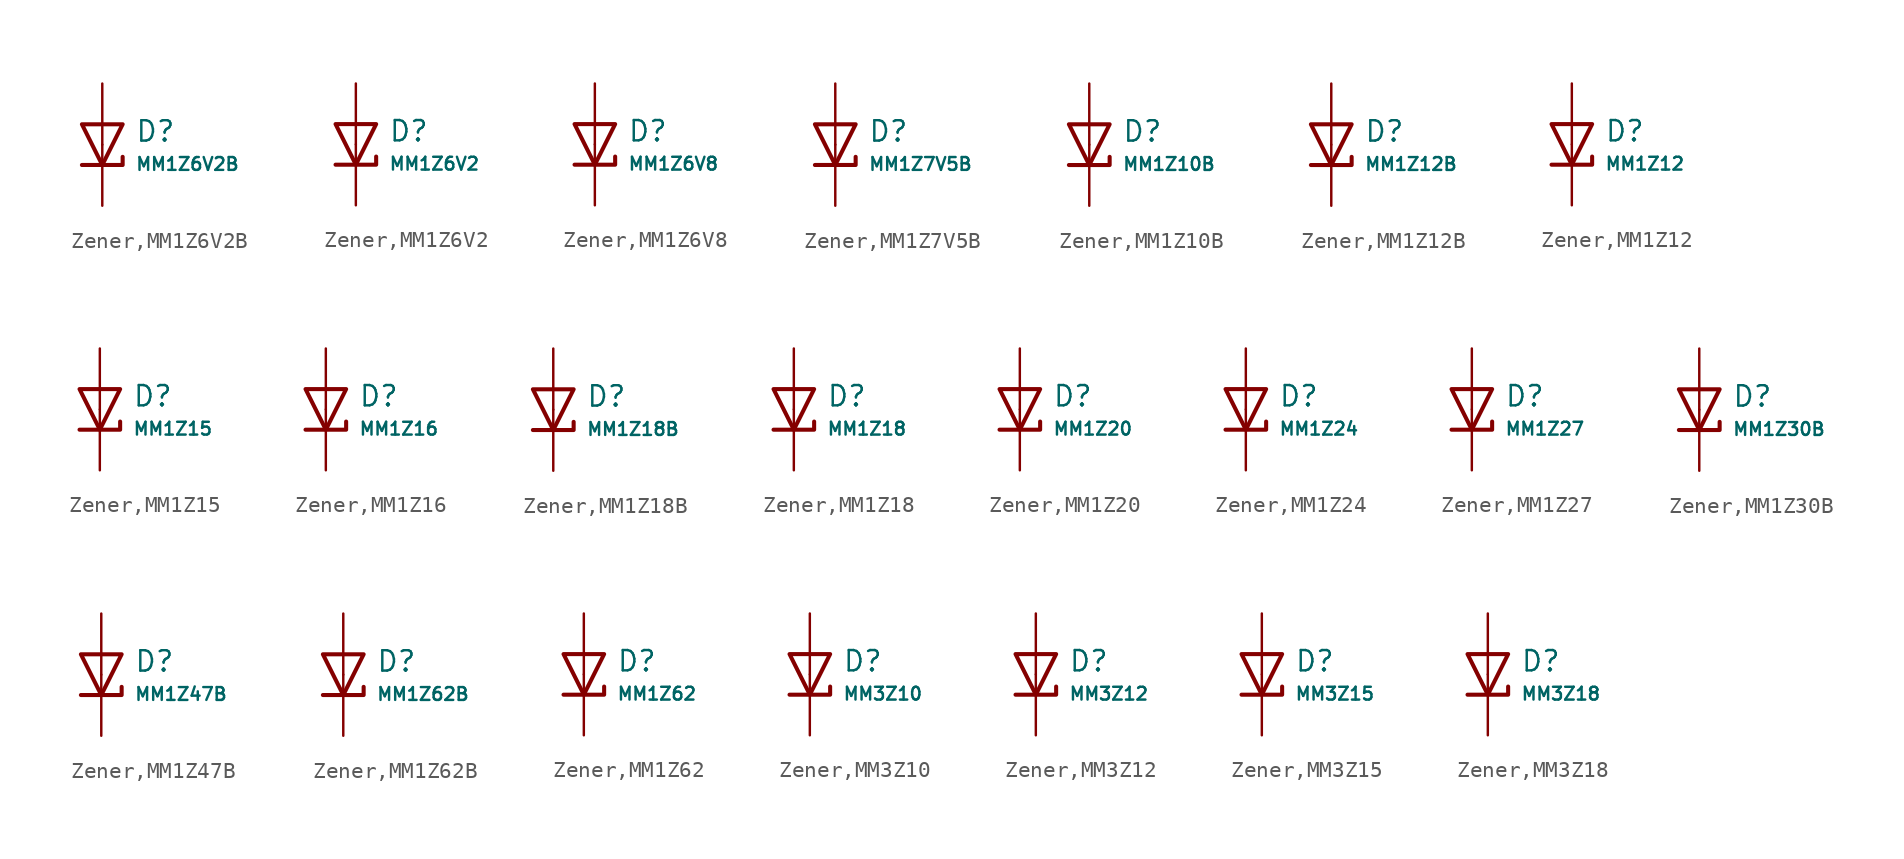
<source format=kicad_sym>
(kicad_symbol_lib
  (version 20231120)
  (generator "CDFER")
  (generator_version "8.0")
  (symbol "Zener,MM1Z6V2B"
    (pin_numbers hide)
    (pin_names
      (offset 0))
    (property "Reference" "D"
      (at 2.032 0.834 0)
      (effects (font (size 1.27 1.27)) (justify left)))
    (property "Value" "MM1Z6V2B"
      (at 2.032 -1.212 0)
      (effects (font (size 0.8 0.8)) (justify left)))
    (symbol "Zener,MM1Z6V2B_0_1"
      (polyline (pts (xy -1.27 1.27) (xy 0.00 -1.27) (xy 1.27 1.27) (xy -1.27 1.27)) (stroke (width 0.254) (type default)) (fill (type none))))
    (symbol "Zener,MM1Z6V2B_0_1"
      (polyline (pts (xy -1.27 -1.27) (xy 1.27 -1.27) (xy 1.27 -0.762)) (stroke (width 0.254) (type default)) (fill (type none))))
    (symbol "Zener,MM1Z6V2B_1_1"
      (pin passive line (at 0 3.81 270) (length 3.81) (name "~" (effects (font (size 1.27 1.27)))) (number "2" (effects (font (size 1.27 1.27)))))
      (pin passive line (at 0 -3.81 90) (length 3.81) (name "~" (effects (font (size 1.27 1.27)))) (number "1" (effects (font (size 1.27 1.27)))))))
  (symbol "Zener,MM1Z6V2"
    (pin_numbers hide)
    (pin_names
      (offset 0))
    (property "Reference" "D"
      (at 2.032 0.834 0)
      (effects (font (size 1.27 1.27)) (justify left)))
    (property "Value" "MM1Z6V2"
      (at 2.032 -1.212 0)
      (effects (font (size 0.8 0.8)) (justify left)))
    (symbol "Zener,MM1Z6V2_0_1"
      (polyline (pts (xy -1.27 1.27) (xy 0.00 -1.27) (xy 1.27 1.27) (xy -1.27 1.27)) (stroke (width 0.254) (type default)) (fill (type none))))
    (symbol "Zener,MM1Z6V2_0_1"
      (polyline (pts (xy -1.27 -1.27) (xy 1.27 -1.27) (xy 1.27 -0.762)) (stroke (width 0.254) (type default)) (fill (type none))))
    (symbol "Zener,MM1Z6V2_1_1"
      (pin passive line (at 0 3.81 270) (length 3.81) (name "~" (effects (font (size 1.27 1.27)))) (number "2" (effects (font (size 1.27 1.27)))))
      (pin passive line (at 0 -3.81 90) (length 3.81) (name "~" (effects (font (size 1.27 1.27)))) (number "1" (effects (font (size 1.27 1.27)))))))
  (symbol "Zener,MM1Z6V8"
    (pin_numbers hide)
    (pin_names
      (offset 0))
    (property "Reference" "D"
      (at 2.032 0.834 0)
      (effects (font (size 1.27 1.27)) (justify left)))
    (property "Value" "MM1Z6V8"
      (at 2.032 -1.212 0)
      (effects (font (size 0.8 0.8)) (justify left)))
    (symbol "Zener,MM1Z6V8_0_1"
      (polyline (pts (xy -1.27 1.27) (xy 0.00 -1.27) (xy 1.27 1.27) (xy -1.27 1.27)) (stroke (width 0.254) (type default)) (fill (type none))))
    (symbol "Zener,MM1Z6V8_0_1"
      (polyline (pts (xy -1.27 -1.27) (xy 1.27 -1.27) (xy 1.27 -0.762)) (stroke (width 0.254) (type default)) (fill (type none))))
    (symbol "Zener,MM1Z6V8_1_1"
      (pin passive line (at 0 3.81 270) (length 3.81) (name "~" (effects (font (size 1.27 1.27)))) (number "2" (effects (font (size 1.27 1.27)))))
      (pin passive line (at 0 -3.81 90) (length 3.81) (name "~" (effects (font (size 1.27 1.27)))) (number "1" (effects (font (size 1.27 1.27)))))))
  (symbol "Zener,MM1Z7V5B"
    (pin_numbers hide)
    (pin_names
      (offset 0))
    (property "Reference" "D"
      (at 2.032 0.834 0)
      (effects (font (size 1.27 1.27)) (justify left)))
    (property "Value" "MM1Z7V5B"
      (at 2.032 -1.212 0)
      (effects (font (size 0.8 0.8)) (justify left)))
    (symbol "Zener,MM1Z7V5B_0_1"
      (polyline (pts (xy -1.27 1.27) (xy 0.00 -1.27) (xy 1.27 1.27) (xy -1.27 1.27)) (stroke (width 0.254) (type default)) (fill (type none))))
    (symbol "Zener,MM1Z7V5B_0_1"
      (polyline (pts (xy -1.27 -1.27) (xy 1.27 -1.27) (xy 1.27 -0.762)) (stroke (width 0.254) (type default)) (fill (type none))))
    (symbol "Zener,MM1Z7V5B_1_1"
      (pin passive line (at 0 3.81 270) (length 3.81) (name "~" (effects (font (size 1.27 1.27)))) (number "2" (effects (font (size 1.27 1.27)))))
      (pin passive line (at 0 -3.81 90) (length 3.81) (name "~" (effects (font (size 1.27 1.27)))) (number "1" (effects (font (size 1.27 1.27)))))))
  (symbol "Zener,MM1Z10B"
    (pin_numbers hide)
    (pin_names
      (offset 0))
    (property "Reference" "D"
      (at 2.032 0.834 0)
      (effects (font (size 1.27 1.27)) (justify left)))
    (property "Value" "MM1Z10B"
      (at 2.032 -1.212 0)
      (effects (font (size 0.8 0.8)) (justify left)))
    (symbol "Zener,MM1Z10B_0_1"
      (polyline (pts (xy -1.27 1.27) (xy 0.00 -1.27) (xy 1.27 1.27) (xy -1.27 1.27)) (stroke (width 0.254) (type default)) (fill (type none))))
    (symbol "Zener,MM1Z10B_0_1"
      (polyline (pts (xy -1.27 -1.27) (xy 1.27 -1.27) (xy 1.27 -0.762)) (stroke (width 0.254) (type default)) (fill (type none))))
    (symbol "Zener,MM1Z10B_1_1"
      (pin passive line (at 0 3.81 270) (length 3.81) (name "~" (effects (font (size 1.27 1.27)))) (number "2" (effects (font (size 1.27 1.27)))))
      (pin passive line (at 0 -3.81 90) (length 3.81) (name "~" (effects (font (size 1.27 1.27)))) (number "1" (effects (font (size 1.27 1.27)))))))
  (symbol "Zener,MM1Z12B"
    (pin_numbers hide)
    (pin_names
      (offset 0))
    (property "Reference" "D"
      (at 2.032 0.834 0)
      (effects (font (size 1.27 1.27)) (justify left)))
    (property "Value" "MM1Z12B"
      (at 2.032 -1.212 0)
      (effects (font (size 0.8 0.8)) (justify left)))
    (symbol "Zener,MM1Z12B_0_1"
      (polyline (pts (xy -1.27 1.27) (xy 0.00 -1.27) (xy 1.27 1.27) (xy -1.27 1.27)) (stroke (width 0.254) (type default)) (fill (type none))))
    (symbol "Zener,MM1Z12B_0_1"
      (polyline (pts (xy -1.27 -1.27) (xy 1.27 -1.27) (xy 1.27 -0.762)) (stroke (width 0.254) (type default)) (fill (type none))))
    (symbol "Zener,MM1Z12B_1_1"
      (pin passive line (at 0 3.81 270) (length 3.81) (name "~" (effects (font (size 1.27 1.27)))) (number "2" (effects (font (size 1.27 1.27)))))
      (pin passive line (at 0 -3.81 90) (length 3.81) (name "~" (effects (font (size 1.27 1.27)))) (number "1" (effects (font (size 1.27 1.27)))))))
  (symbol "Zener,MM1Z12"
    (pin_numbers hide)
    (pin_names
      (offset 0))
    (property "Reference" "D"
      (at 2.032 0.834 0)
      (effects (font (size 1.27 1.27)) (justify left)))
    (property "Value" "MM1Z12"
      (at 2.032 -1.212 0)
      (effects (font (size 0.8 0.8)) (justify left)))
    (symbol "Zener,MM1Z12_0_1"
      (polyline (pts (xy -1.27 1.27) (xy 0.00 -1.27) (xy 1.27 1.27) (xy -1.27 1.27)) (stroke (width 0.254) (type default)) (fill (type none))))
    (symbol "Zener,MM1Z12_0_1"
      (polyline (pts (xy -1.27 -1.27) (xy 1.27 -1.27) (xy 1.27 -0.762)) (stroke (width 0.254) (type default)) (fill (type none))))
    (symbol "Zener,MM1Z12_1_1"
      (pin passive line (at 0 3.81 270) (length 3.81) (name "~" (effects (font (size 1.27 1.27)))) (number "2" (effects (font (size 1.27 1.27)))))
      (pin passive line (at 0 -3.81 90) (length 3.81) (name "~" (effects (font (size 1.27 1.27)))) (number "1" (effects (font (size 1.27 1.27)))))))
  (symbol "Zener,MM1Z15"
    (pin_numbers hide)
    (pin_names
      (offset 0))
    (property "Reference" "D"
      (at 2.032 0.834 0)
      (effects (font (size 1.27 1.27)) (justify left)))
    (property "Value" "MM1Z15"
      (at 2.032 -1.212 0)
      (effects (font (size 0.8 0.8)) (justify left)))
    (symbol "Zener,MM1Z15_0_1"
      (polyline (pts (xy -1.27 1.27) (xy 0.00 -1.27) (xy 1.27 1.27) (xy -1.27 1.27)) (stroke (width 0.254) (type default)) (fill (type none))))
    (symbol "Zener,MM1Z15_0_1"
      (polyline (pts (xy -1.27 -1.27) (xy 1.27 -1.27) (xy 1.27 -0.762)) (stroke (width 0.254) (type default)) (fill (type none))))
    (symbol "Zener,MM1Z15_1_1"
      (pin passive line (at 0 3.81 270) (length 3.81) (name "~" (effects (font (size 1.27 1.27)))) (number "2" (effects (font (size 1.27 1.27)))))
      (pin passive line (at 0 -3.81 90) (length 3.81) (name "~" (effects (font (size 1.27 1.27)))) (number "1" (effects (font (size 1.27 1.27)))))))
  (symbol "Zener,MM1Z16"
    (pin_numbers hide)
    (pin_names
      (offset 0))
    (property "Reference" "D"
      (at 2.032 0.834 0)
      (effects (font (size 1.27 1.27)) (justify left)))
    (property "Value" "MM1Z16"
      (at 2.032 -1.212 0)
      (effects (font (size 0.8 0.8)) (justify left)))
    (symbol "Zener,MM1Z16_0_1"
      (polyline (pts (xy -1.27 1.27) (xy 0.00 -1.27) (xy 1.27 1.27) (xy -1.27 1.27)) (stroke (width 0.254) (type default)) (fill (type none))))
    (symbol "Zener,MM1Z16_0_1"
      (polyline (pts (xy -1.27 -1.27) (xy 1.27 -1.27) (xy 1.27 -0.762)) (stroke (width 0.254) (type default)) (fill (type none))))
    (symbol "Zener,MM1Z16_1_1"
      (pin passive line (at 0 3.81 270) (length 3.81) (name "~" (effects (font (size 1.27 1.27)))) (number "2" (effects (font (size 1.27 1.27)))))
      (pin passive line (at 0 -3.81 90) (length 3.81) (name "~" (effects (font (size 1.27 1.27)))) (number "1" (effects (font (size 1.27 1.27)))))))
  (symbol "Zener,MM1Z18B"
    (pin_numbers hide)
    (pin_names
      (offset 0))
    (property "Reference" "D"
      (at 2.032 0.834 0)
      (effects (font (size 1.27 1.27)) (justify left)))
    (property "Value" "MM1Z18B"
      (at 2.032 -1.212 0)
      (effects (font (size 0.8 0.8)) (justify left)))
    (symbol "Zener,MM1Z18B_0_1"
      (polyline (pts (xy -1.27 1.27) (xy 0.00 -1.27) (xy 1.27 1.27) (xy -1.27 1.27)) (stroke (width 0.254) (type default)) (fill (type none))))
    (symbol "Zener,MM1Z18B_0_1"
      (polyline (pts (xy -1.27 -1.27) (xy 1.27 -1.27) (xy 1.27 -0.762)) (stroke (width 0.254) (type default)) (fill (type none))))
    (symbol "Zener,MM1Z18B_1_1"
      (pin passive line (at 0 3.81 270) (length 3.81) (name "~" (effects (font (size 1.27 1.27)))) (number "2" (effects (font (size 1.27 1.27)))))
      (pin passive line (at 0 -3.81 90) (length 3.81) (name "~" (effects (font (size 1.27 1.27)))) (number "1" (effects (font (size 1.27 1.27)))))))
  (symbol "Zener,MM1Z18"
    (pin_numbers hide)
    (pin_names
      (offset 0))
    (property "Reference" "D"
      (at 2.032 0.834 0)
      (effects (font (size 1.27 1.27)) (justify left)))
    (property "Value" "MM1Z18"
      (at 2.032 -1.212 0)
      (effects (font (size 0.8 0.8)) (justify left)))
    (symbol "Zener,MM1Z18_0_1"
      (polyline (pts (xy -1.27 1.27) (xy 0.00 -1.27) (xy 1.27 1.27) (xy -1.27 1.27)) (stroke (width 0.254) (type default)) (fill (type none))))
    (symbol "Zener,MM1Z18_0_1"
      (polyline (pts (xy -1.27 -1.27) (xy 1.27 -1.27) (xy 1.27 -0.762)) (stroke (width 0.254) (type default)) (fill (type none))))
    (symbol "Zener,MM1Z18_1_1"
      (pin passive line (at 0 3.81 270) (length 3.81) (name "~" (effects (font (size 1.27 1.27)))) (number "2" (effects (font (size 1.27 1.27)))))
      (pin passive line (at 0 -3.81 90) (length 3.81) (name "~" (effects (font (size 1.27 1.27)))) (number "1" (effects (font (size 1.27 1.27)))))))
  (symbol "Zener,MM1Z20"
    (pin_numbers hide)
    (pin_names
      (offset 0))
    (property "Reference" "D"
      (at 2.032 0.834 0)
      (effects (font (size 1.27 1.27)) (justify left)))
    (property "Value" "MM1Z20"
      (at 2.032 -1.212 0)
      (effects (font (size 0.8 0.8)) (justify left)))
    (symbol "Zener,MM1Z20_0_1"
      (polyline (pts (xy -1.27 1.27) (xy 0.00 -1.27) (xy 1.27 1.27) (xy -1.27 1.27)) (stroke (width 0.254) (type default)) (fill (type none))))
    (symbol "Zener,MM1Z20_0_1"
      (polyline (pts (xy -1.27 -1.27) (xy 1.27 -1.27) (xy 1.27 -0.762)) (stroke (width 0.254) (type default)) (fill (type none))))
    (symbol "Zener,MM1Z20_1_1"
      (pin passive line (at 0 3.81 270) (length 3.81) (name "~" (effects (font (size 1.27 1.27)))) (number "2" (effects (font (size 1.27 1.27)))))
      (pin passive line (at 0 -3.81 90) (length 3.81) (name "~" (effects (font (size 1.27 1.27)))) (number "1" (effects (font (size 1.27 1.27)))))))
  (symbol "Zener,MM1Z24"
    (pin_numbers hide)
    (pin_names
      (offset 0))
    (property "Reference" "D"
      (at 2.032 0.834 0)
      (effects (font (size 1.27 1.27)) (justify left)))
    (property "Value" "MM1Z24"
      (at 2.032 -1.212 0)
      (effects (font (size 0.8 0.8)) (justify left)))
    (symbol "Zener,MM1Z24_0_1"
      (polyline (pts (xy -1.27 1.27) (xy 0.00 -1.27) (xy 1.27 1.27) (xy -1.27 1.27)) (stroke (width 0.254) (type default)) (fill (type none))))
    (symbol "Zener,MM1Z24_0_1"
      (polyline (pts (xy -1.27 -1.27) (xy 1.27 -1.27) (xy 1.27 -0.762)) (stroke (width 0.254) (type default)) (fill (type none))))
    (symbol "Zener,MM1Z24_1_1"
      (pin passive line (at 0 3.81 270) (length 3.81) (name "~" (effects (font (size 1.27 1.27)))) (number "2" (effects (font (size 1.27 1.27)))))
      (pin passive line (at 0 -3.81 90) (length 3.81) (name "~" (effects (font (size 1.27 1.27)))) (number "1" (effects (font (size 1.27 1.27)))))))
  (symbol "Zener,MM1Z27"
    (pin_numbers hide)
    (pin_names
      (offset 0))
    (property "Reference" "D"
      (at 2.032 0.834 0)
      (effects (font (size 1.27 1.27)) (justify left)))
    (property "Value" "MM1Z27"
      (at 2.032 -1.212 0)
      (effects (font (size 0.8 0.8)) (justify left)))
    (symbol "Zener,MM1Z27_0_1"
      (polyline (pts (xy -1.27 1.27) (xy 0.00 -1.27) (xy 1.27 1.27) (xy -1.27 1.27)) (stroke (width 0.254) (type default)) (fill (type none))))
    (symbol "Zener,MM1Z27_0_1"
      (polyline (pts (xy -1.27 -1.27) (xy 1.27 -1.27) (xy 1.27 -0.762)) (stroke (width 0.254) (type default)) (fill (type none))))
    (symbol "Zener,MM1Z27_1_1"
      (pin passive line (at 0 3.81 270) (length 3.81) (name "~" (effects (font (size 1.27 1.27)))) (number "2" (effects (font (size 1.27 1.27)))))
      (pin passive line (at 0 -3.81 90) (length 3.81) (name "~" (effects (font (size 1.27 1.27)))) (number "1" (effects (font (size 1.27 1.27)))))))
  (symbol "Zener,MM1Z30B"
    (pin_numbers hide)
    (pin_names
      (offset 0))
    (property "Reference" "D"
      (at 2.032 0.834 0)
      (effects (font (size 1.27 1.27)) (justify left)))
    (property "Value" "MM1Z30B"
      (at 2.032 -1.212 0)
      (effects (font (size 0.8 0.8)) (justify left)))
    (symbol "Zener,MM1Z30B_0_1"
      (polyline (pts (xy -1.27 1.27) (xy 0.00 -1.27) (xy 1.27 1.27) (xy -1.27 1.27)) (stroke (width 0.254) (type default)) (fill (type none))))
    (symbol "Zener,MM1Z30B_0_1"
      (polyline (pts (xy -1.27 -1.27) (xy 1.27 -1.27) (xy 1.27 -0.762)) (stroke (width 0.254) (type default)) (fill (type none))))
    (symbol "Zener,MM1Z30B_1_1"
      (pin passive line (at 0 3.81 270) (length 3.81) (name "~" (effects (font (size 1.27 1.27)))) (number "2" (effects (font (size 1.27 1.27)))))
      (pin passive line (at 0 -3.81 90) (length 3.81) (name "~" (effects (font (size 1.27 1.27)))) (number "1" (effects (font (size 1.27 1.27)))))))
  (symbol "Zener,MM1Z47B"
    (pin_numbers hide)
    (pin_names
      (offset 0))
    (property "Reference" "D"
      (at 2.032 0.834 0)
      (effects (font (size 1.27 1.27)) (justify left)))
    (property "Value" "MM1Z47B"
      (at 2.032 -1.212 0)
      (effects (font (size 0.8 0.8)) (justify left)))
    (symbol "Zener,MM1Z47B_0_1"
      (polyline (pts (xy -1.27 1.27) (xy 0.00 -1.27) (xy 1.27 1.27) (xy -1.27 1.27)) (stroke (width 0.254) (type default)) (fill (type none))))
    (symbol "Zener,MM1Z47B_0_1"
      (polyline (pts (xy -1.27 -1.27) (xy 1.27 -1.27) (xy 1.27 -0.762)) (stroke (width 0.254) (type default)) (fill (type none))))
    (symbol "Zener,MM1Z47B_1_1"
      (pin passive line (at 0 3.81 270) (length 3.81) (name "~" (effects (font (size 1.27 1.27)))) (number "2" (effects (font (size 1.27 1.27)))))
      (pin passive line (at 0 -3.81 90) (length 3.81) (name "~" (effects (font (size 1.27 1.27)))) (number "1" (effects (font (size 1.27 1.27)))))))
  (symbol "Zener,MM1Z62B"
    (pin_numbers hide)
    (pin_names
      (offset 0))
    (property "Reference" "D"
      (at 2.032 0.834 0)
      (effects (font (size 1.27 1.27)) (justify left)))
    (property "Value" "MM1Z62B"
      (at 2.032 -1.212 0)
      (effects (font (size 0.8 0.8)) (justify left)))
    (symbol "Zener,MM1Z62B_0_1"
      (polyline (pts (xy -1.27 1.27) (xy 0.00 -1.27) (xy 1.27 1.27) (xy -1.27 1.27)) (stroke (width 0.254) (type default)) (fill (type none))))
    (symbol "Zener,MM1Z62B_0_1"
      (polyline (pts (xy -1.27 -1.27) (xy 1.27 -1.27) (xy 1.27 -0.762)) (stroke (width 0.254) (type default)) (fill (type none))))
    (symbol "Zener,MM1Z62B_1_1"
      (pin passive line (at 0 3.81 270) (length 3.81) (name "~" (effects (font (size 1.27 1.27)))) (number "2" (effects (font (size 1.27 1.27)))))
      (pin passive line (at 0 -3.81 90) (length 3.81) (name "~" (effects (font (size 1.27 1.27)))) (number "1" (effects (font (size 1.27 1.27)))))))
  (symbol "Zener,MM1Z62"
    (pin_numbers hide)
    (pin_names
      (offset 0))
    (property "Reference" "D"
      (at 2.032 0.834 0)
      (effects (font (size 1.27 1.27)) (justify left)))
    (property "Value" "MM1Z62"
      (at 2.032 -1.212 0)
      (effects (font (size 0.8 0.8)) (justify left)))
    (symbol "Zener,MM1Z62_0_1"
      (polyline (pts (xy -1.27 1.27) (xy 0.00 -1.27) (xy 1.27 1.27) (xy -1.27 1.27)) (stroke (width 0.254) (type default)) (fill (type none))))
    (symbol "Zener,MM1Z62_0_1"
      (polyline (pts (xy -1.27 -1.27) (xy 1.27 -1.27) (xy 1.27 -0.762)) (stroke (width 0.254) (type default)) (fill (type none))))
    (symbol "Zener,MM1Z62_1_1"
      (pin passive line (at 0 3.81 270) (length 3.81) (name "~" (effects (font (size 1.27 1.27)))) (number "2" (effects (font (size 1.27 1.27)))))
      (pin passive line (at 0 -3.81 90) (length 3.81) (name "~" (effects (font (size 1.27 1.27)))) (number "1" (effects (font (size 1.27 1.27)))))))
  (symbol "Zener,MM3Z10"
    (pin_numbers hide)
    (pin_names
      (offset 0))
    (property "Reference" "D"
      (at 2.032 0.834 0)
      (effects (font (size 1.27 1.27)) (justify left)))
    (property "Value" "MM3Z10"
      (at 2.032 -1.212 0)
      (effects (font (size 0.8 0.8)) (justify left)))
    (symbol "Zener,MM3Z10_0_1"
      (polyline (pts (xy -1.27 1.27) (xy 0.00 -1.27) (xy 1.27 1.27) (xy -1.27 1.27)) (stroke (width 0.254) (type default)) (fill (type none))))
    (symbol "Zener,MM3Z10_0_1"
      (polyline (pts (xy -1.27 -1.27) (xy 1.27 -1.27) (xy 1.27 -0.762)) (stroke (width 0.254) (type default)) (fill (type none))))
    (symbol "Zener,MM3Z10_1_1"
      (pin passive line (at 0 3.81 270) (length 3.81) (name "~" (effects (font (size 1.27 1.27)))) (number "2" (effects (font (size 1.27 1.27)))))
      (pin passive line (at 0 -3.81 90) (length 3.81) (name "~" (effects (font (size 1.27 1.27)))) (number "1" (effects (font (size 1.27 1.27)))))))
  (symbol "Zener,MM3Z12"
    (pin_numbers hide)
    (pin_names
      (offset 0))
    (property "Reference" "D"
      (at 2.032 0.834 0)
      (effects (font (size 1.27 1.27)) (justify left)))
    (property "Value" "MM3Z12"
      (at 2.032 -1.212 0)
      (effects (font (size 0.8 0.8)) (justify left)))
    (symbol "Zener,MM3Z12_0_1"
      (polyline (pts (xy -1.27 1.27) (xy 0.00 -1.27) (xy 1.27 1.27) (xy -1.27 1.27)) (stroke (width 0.254) (type default)) (fill (type none))))
    (symbol "Zener,MM3Z12_0_1"
      (polyline (pts (xy -1.27 -1.27) (xy 1.27 -1.27) (xy 1.27 -0.762)) (stroke (width 0.254) (type default)) (fill (type none))))
    (symbol "Zener,MM3Z12_1_1"
      (pin passive line (at 0 3.81 270) (length 3.81) (name "~" (effects (font (size 1.27 1.27)))) (number "2" (effects (font (size 1.27 1.27)))))
      (pin passive line (at 0 -3.81 90) (length 3.81) (name "~" (effects (font (size 1.27 1.27)))) (number "1" (effects (font (size 1.27 1.27)))))))
  (symbol "Zener,MM3Z15"
    (pin_numbers hide)
    (pin_names
      (offset 0))
    (property "Reference" "D"
      (at 2.032 0.834 0)
      (effects (font (size 1.27 1.27)) (justify left)))
    (property "Value" "MM3Z15"
      (at 2.032 -1.212 0)
      (effects (font (size 0.8 0.8)) (justify left)))
    (symbol "Zener,MM3Z15_0_1"
      (polyline (pts (xy -1.27 1.27) (xy 0.00 -1.27) (xy 1.27 1.27) (xy -1.27 1.27)) (stroke (width 0.254) (type default)) (fill (type none))))
    (symbol "Zener,MM3Z15_0_1"
      (polyline (pts (xy -1.27 -1.27) (xy 1.27 -1.27) (xy 1.27 -0.762)) (stroke (width 0.254) (type default)) (fill (type none))))
    (symbol "Zener,MM3Z15_1_1"
      (pin passive line (at 0 3.81 270) (length 3.81) (name "~" (effects (font (size 1.27 1.27)))) (number "2" (effects (font (size 1.27 1.27)))))
      (pin passive line (at 0 -3.81 90) (length 3.81) (name "~" (effects (font (size 1.27 1.27)))) (number "1" (effects (font (size 1.27 1.27)))))))
  (symbol "Zener,MM3Z18"
    (pin_numbers hide)
    (pin_names
      (offset 0))
    (property "Reference" "D"
      (at 2.032 0.834 0)
      (effects (font (size 1.27 1.27)) (justify left)))
    (property "Value" "MM3Z18"
      (at 2.032 -1.212 0)
      (effects (font (size 0.8 0.8)) (justify left)))
    (symbol "Zener,MM3Z18_0_1"
      (polyline (pts (xy -1.27 1.27) (xy 0.00 -1.27) (xy 1.27 1.27) (xy -1.27 1.27)) (stroke (width 0.254) (type default)) (fill (type none))))
    (symbol "Zener,MM3Z18_0_1"
      (polyline (pts (xy -1.27 -1.27) (xy 1.27 -1.27) (xy 1.27 -0.762)) (stroke (width 0.254) (type default)) (fill (type none))))
    (symbol "Zener,MM3Z18_1_1"
      (pin passive line (at 0 3.81 270) (length 3.81) (name "~" (effects (font (size 1.27 1.27)))) (number "2" (effects (font (size 1.27 1.27)))))
      (pin passive line (at 0 -3.81 90) (length 3.81) (name "~" (effects (font (size 1.27 1.27)))) (number "1" (effects (font (size 1.27 1.27))))))))
</source>
